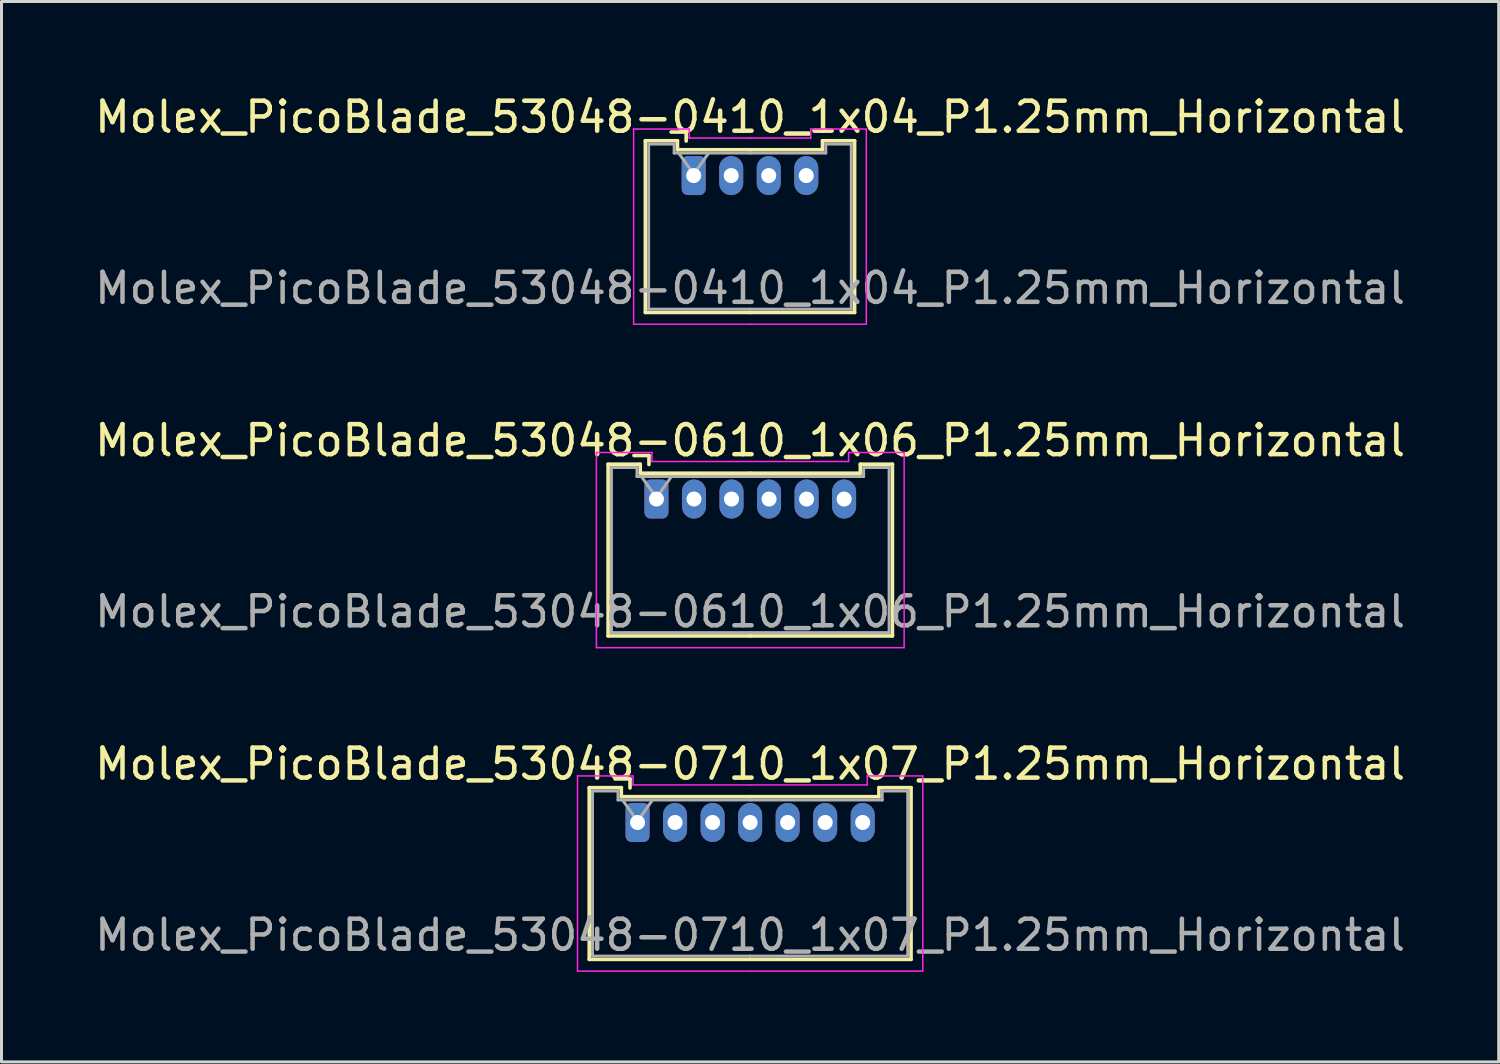
<source format=kicad_pcb>
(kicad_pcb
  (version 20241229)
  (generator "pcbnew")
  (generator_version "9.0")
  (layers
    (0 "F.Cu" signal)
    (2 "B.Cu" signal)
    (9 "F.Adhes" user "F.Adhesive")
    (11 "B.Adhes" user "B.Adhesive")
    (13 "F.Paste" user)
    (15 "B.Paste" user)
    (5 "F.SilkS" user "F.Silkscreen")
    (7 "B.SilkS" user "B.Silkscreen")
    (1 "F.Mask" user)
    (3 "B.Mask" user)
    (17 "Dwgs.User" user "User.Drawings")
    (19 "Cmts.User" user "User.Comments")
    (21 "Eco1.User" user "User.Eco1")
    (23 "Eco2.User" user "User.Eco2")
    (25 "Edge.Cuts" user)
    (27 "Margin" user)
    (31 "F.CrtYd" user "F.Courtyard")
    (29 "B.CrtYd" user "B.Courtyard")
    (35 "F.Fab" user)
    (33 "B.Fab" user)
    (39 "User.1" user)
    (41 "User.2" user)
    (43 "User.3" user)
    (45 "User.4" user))
  (footprint "Molex_PicoBlade_53048-0610_1x06_P1.25mm_Horizontal"
    (layer "F.Cu")
    (at 18.815 13.572)
    (property "Reference" "Molex_PicoBlade_53048-0610_1x06_P1.25mm_Horizontal" (at 3.12 -1.95 0) (layer "F.SilkS") (effects (font (size 1 1) (thickness 0.15))))
    (attr through_hole)
    (fp_line (start -1.61 -1.16) (end -1.61 4.56) (stroke (width 0.12) (type solid)) (layer "F.SilkS"))
    (fp_line (start -1.61 4.56) (end 3.125 4.56) (stroke (width 0.12) (type solid)) (layer "F.SilkS"))
    (fp_line (start -0.54 -1.16) (end -1.61 -1.16) (stroke (width 0.12) (type solid)) (layer "F.SilkS"))
    (fp_line (start -0.54 -0.86) (end -0.54 -1.16) (stroke (width 0.12) (type solid)) (layer "F.SilkS"))
    (fp_line (start -0.25 -1.45) (end -0.75 -1.45) (stroke (width 0.12) (type solid)) (layer "F.SilkS"))
    (fp_line (start -0.25 -1.15) (end -0.25 -1.45) (stroke (width 0.12) (type solid)) (layer "F.SilkS"))
    (fp_line (start 3.125 -0.86) (end -0.54 -0.86) (stroke (width 0.12) (type solid)) (layer "F.SilkS"))
    (fp_line (start 3.125 -0.86) (end 6.79 -0.86) (stroke (width 0.12) (type solid)) (layer "F.SilkS"))
    (fp_line (start 6.79 -1.16) (end 7.86 -1.16) (stroke (width 0.12) (type solid)) (layer "F.SilkS"))
    (fp_line (start 6.79 -0.86) (end 6.79 -1.16) (stroke (width 0.12) (type solid)) (layer "F.SilkS"))
    (fp_line (start 7.86 -1.16) (end 7.86 4.56) (stroke (width 0.12) (type solid)) (layer "F.SilkS"))
    (fp_line (start 7.86 4.56) (end 3.125 4.56) (stroke (width 0.12) (type solid)) (layer "F.SilkS"))
    (fp_line (start -2 -1.55) (end -2 4.95) (stroke (width 0.05) (type solid)) (layer "F.CrtYd"))
    (fp_line (start -2 4.95) (end 3.12 4.95) (stroke (width 0.05) (type solid)) (layer "F.CrtYd"))
    (fp_line (start -0.15 -1.55) (end -2 -1.55) (stroke (width 0.05) (type solid)) (layer "F.CrtYd"))
    (fp_line (start -0.15 -1.25) (end -0.15 -1.55) (stroke (width 0.05) (type solid)) (layer "F.CrtYd"))
    (fp_line (start 3.12 -1.25) (end -0.15 -1.25) (stroke (width 0.05) (type solid)) (layer "F.CrtYd"))
    (fp_line (start 3.13 -1.25) (end 6.4 -1.25) (stroke (width 0.05) (type solid)) (layer "F.CrtYd"))
    (fp_line (start 6.4 -1.55) (end 8.25 -1.55) (stroke (width 0.05) (type solid)) (layer "F.CrtYd"))
    (fp_line (start 6.4 -1.25) (end 6.4 -1.55) (stroke (width 0.05) (type solid)) (layer "F.CrtYd"))
    (fp_line (start 8.25 -1.55) (end 8.25 4.95) (stroke (width 0.05) (type solid)) (layer "F.CrtYd"))
    (fp_line (start 8.25 4.95) (end 3.13 4.95) (stroke (width 0.05) (type solid)) (layer "F.CrtYd"))
    (fp_line (start -1.5 -1.05) (end -1.5 4.45) (stroke (width 0.1) (type solid)) (layer "F.Fab"))
    (fp_line (start -1.5 4.45) (end 3.125 4.45) (stroke (width 0.1) (type solid)) (layer "F.Fab"))
    (fp_line (start -0.65 -1.05) (end -1.5 -1.05) (stroke (width 0.1) (type solid)) (layer "F.Fab"))
    (fp_line (start -0.65 -0.75) (end -0.65 -1.05) (stroke (width 0.1) (type solid)) (layer "F.Fab"))
    (fp_line (start -0.5 -0.75) (end 0 -0.043) (stroke (width 0.1) (type solid)) (layer "F.Fab"))
    (fp_line (start 0 -0.043) (end 0.5 -0.75) (stroke (width 0.1) (type solid)) (layer "F.Fab"))
    (fp_line (start 3.125 -0.75) (end -0.65 -0.75) (stroke (width 0.1) (type solid)) (layer "F.Fab"))
    (fp_line (start 3.125 -0.75) (end 6.9 -0.75) (stroke (width 0.1) (type solid)) (layer "F.Fab"))
    (fp_line (start 6.9 -1.05) (end 7.75 -1.05) (stroke (width 0.1) (type solid)) (layer "F.Fab"))
    (fp_line (start 6.9 -0.75) (end 6.9 -1.05) (stroke (width 0.1) (type solid)) (layer "F.Fab"))
    (fp_line (start 7.75 -1.05) (end 7.75 4.45) (stroke (width 0.1) (type solid)) (layer "F.Fab"))
    (fp_line (start 7.75 4.45) (end 3.125 4.45) (stroke (width 0.1) (type solid)) (layer "F.Fab"))
    (fp_text user "${REFERENCE}" (at 3.12 3.75 0) (layer "F.Fab") (effects (font (size 1 1) (thickness 0.15))))
    (pad "1" thru_hole roundrect (at 0 0) (size 0.8 1.3) (drill 0.5) (layers "*.Cu" "*.Mask") (roundrect_rratio 0.25))
    (pad "2" thru_hole oval (at 1.25 0) (size 0.8 1.3) (drill 0.5) (layers "*.Cu" "*.Mask"))
    (pad "3" thru_hole oval (at 2.5 0) (size 0.8 1.3) (drill 0.5) (layers "*.Cu" "*.Mask"))
    (pad "4" thru_hole oval (at 3.75 0) (size 0.8 1.3) (drill 0.5) (layers "*.Cu" "*.Mask"))
    (pad "5" thru_hole oval (at 5 0) (size 0.8 1.3) (drill 0.5) (layers "*.Cu" "*.Mask"))
    (pad "6" thru_hole oval (at 6.25 0) (size 0.8 1.3) (drill 0.5) (layers "*.Cu" "*.Mask")))
  (footprint "Molex_PicoBlade_53048-0410_1x04_P1.25mm_Horizontal"
    (layer "F.Cu")
    (at 20.055 2.798)
    (property "Reference" "Molex_PicoBlade_53048-0410_1x04_P1.25mm_Horizontal" (at 1.88 -1.95 0) (layer "F.SilkS") (effects (font (size 1 1) (thickness 0.15))))
    (attr through_hole)
    (fp_line (start -1.61 -1.16) (end -1.61 4.56) (stroke (width 0.12) (type solid)) (layer "F.SilkS"))
    (fp_line (start -1.61 4.56) (end 1.875 4.56) (stroke (width 0.12) (type solid)) (layer "F.SilkS"))
    (fp_line (start -0.54 -1.16) (end -1.61 -1.16) (stroke (width 0.12) (type solid)) (layer "F.SilkS"))
    (fp_line (start -0.54 -0.86) (end -0.54 -1.16) (stroke (width 0.12) (type solid)) (layer "F.SilkS"))
    (fp_line (start -0.25 -1.45) (end -0.75 -1.45) (stroke (width 0.12) (type solid)) (layer "F.SilkS"))
    (fp_line (start -0.25 -1.15) (end -0.25 -1.45) (stroke (width 0.12) (type solid)) (layer "F.SilkS"))
    (fp_line (start 1.875 -0.86) (end -0.54 -0.86) (stroke (width 0.12) (type solid)) (layer "F.SilkS"))
    (fp_line (start 1.875 -0.86) (end 4.29 -0.86) (stroke (width 0.12) (type solid)) (layer "F.SilkS"))
    (fp_line (start 4.29 -1.16) (end 5.36 -1.16) (stroke (width 0.12) (type solid)) (layer "F.SilkS"))
    (fp_line (start 4.29 -0.86) (end 4.29 -1.16) (stroke (width 0.12) (type solid)) (layer "F.SilkS"))
    (fp_line (start 5.36 -1.16) (end 5.36 4.56) (stroke (width 0.12) (type solid)) (layer "F.SilkS"))
    (fp_line (start 5.36 4.56) (end 1.875 4.56) (stroke (width 0.12) (type solid)) (layer "F.SilkS"))
    (fp_line (start -2 -1.55) (end -2 4.95) (stroke (width 0.05) (type solid)) (layer "F.CrtYd"))
    (fp_line (start -2 4.95) (end 1.88 4.95) (stroke (width 0.05) (type solid)) (layer "F.CrtYd"))
    (fp_line (start -0.15 -1.55) (end -2 -1.55) (stroke (width 0.05) (type solid)) (layer "F.CrtYd"))
    (fp_line (start -0.15 -1.25) (end -0.15 -1.55) (stroke (width 0.05) (type solid)) (layer "F.CrtYd"))
    (fp_line (start 1.87 -1.25) (end 3.9 -1.25) (stroke (width 0.05) (type solid)) (layer "F.CrtYd"))
    (fp_line (start 1.88 -1.25) (end -0.15 -1.25) (stroke (width 0.05) (type solid)) (layer "F.CrtYd"))
    (fp_line (start 3.9 -1.55) (end 5.75 -1.55) (stroke (width 0.05) (type solid)) (layer "F.CrtYd"))
    (fp_line (start 3.9 -1.25) (end 3.9 -1.55) (stroke (width 0.05) (type solid)) (layer "F.CrtYd"))
    (fp_line (start 5.75 -1.55) (end 5.75 4.95) (stroke (width 0.05) (type solid)) (layer "F.CrtYd"))
    (fp_line (start 5.75 4.95) (end 1.87 4.95) (stroke (width 0.05) (type solid)) (layer "F.CrtYd"))
    (fp_line (start -1.5 -1.05) (end -1.5 4.45) (stroke (width 0.1) (type solid)) (layer "F.Fab"))
    (fp_line (start -1.5 4.45) (end 1.875 4.45) (stroke (width 0.1) (type solid)) (layer "F.Fab"))
    (fp_line (start -0.65 -1.05) (end -1.5 -1.05) (stroke (width 0.1) (type solid)) (layer "F.Fab"))
    (fp_line (start -0.65 -0.75) (end -0.65 -1.05) (stroke (width 0.1) (type solid)) (layer "F.Fab"))
    (fp_line (start -0.5 -0.75) (end 0 -0.043) (stroke (width 0.1) (type solid)) (layer "F.Fab"))
    (fp_line (start 0 -0.043) (end 0.5 -0.75) (stroke (width 0.1) (type solid)) (layer "F.Fab"))
    (fp_line (start 1.875 -0.75) (end -0.65 -0.75) (stroke (width 0.1) (type solid)) (layer "F.Fab"))
    (fp_line (start 1.875 -0.75) (end 4.4 -0.75) (stroke (width 0.1) (type solid)) (layer "F.Fab"))
    (fp_line (start 4.4 -1.05) (end 5.25 -1.05) (stroke (width 0.1) (type solid)) (layer "F.Fab"))
    (fp_line (start 4.4 -0.75) (end 4.4 -1.05) (stroke (width 0.1) (type solid)) (layer "F.Fab"))
    (fp_line (start 5.25 -1.05) (end 5.25 4.45) (stroke (width 0.1) (type solid)) (layer "F.Fab"))
    (fp_line (start 5.25 4.45) (end 1.875 4.45) (stroke (width 0.1) (type solid)) (layer "F.Fab"))
    (fp_text user "${REFERENCE}" (at 1.88 3.75 0) (layer "F.Fab") (effects (font (size 1 1) (thickness 0.15))))
    (pad "1" thru_hole roundrect (at 0 0) (size 0.8 1.3) (drill 0.5) (layers "*.Cu" "*.Mask") (roundrect_rratio 0.25))
    (pad "2" thru_hole oval (at 1.25 0) (size 0.8 1.3) (drill 0.5) (layers "*.Cu" "*.Mask"))
    (pad "3" thru_hole oval (at 2.5 0) (size 0.8 1.3) (drill 0.5) (layers "*.Cu" "*.Mask"))
    (pad "4" thru_hole oval (at 3.75 0) (size 0.8 1.3) (drill 0.5) (layers "*.Cu" "*.Mask")))
  (footprint "Molex_PicoBlade_53048-0710_1x07_P1.25mm_Horizontal"
    (layer "F.Cu")
    (at 18.185 24.345)
    (property "Reference" "Molex_PicoBlade_53048-0710_1x07_P1.25mm_Horizontal" (at 3.75 -1.95 0) (layer "F.SilkS") (effects (font (size 1 1) (thickness 0.15))))
    (attr through_hole)
    (fp_line (start -1.61 -1.16) (end -1.61 4.56) (stroke (width 0.12) (type solid)) (layer "F.SilkS"))
    (fp_line (start -1.61 4.56) (end 3.75 4.56) (stroke (width 0.12) (type solid)) (layer "F.SilkS"))
    (fp_line (start -0.54 -1.16) (end -1.61 -1.16) (stroke (width 0.12) (type solid)) (layer "F.SilkS"))
    (fp_line (start -0.54 -0.86) (end -0.54 -1.16) (stroke (width 0.12) (type solid)) (layer "F.SilkS"))
    (fp_line (start -0.25 -1.45) (end -0.75 -1.45) (stroke (width 0.12) (type solid)) (layer "F.SilkS"))
    (fp_line (start -0.25 -1.15) (end -0.25 -1.45) (stroke (width 0.12) (type solid)) (layer "F.SilkS"))
    (fp_line (start 3.75 -0.86) (end -0.54 -0.86) (stroke (width 0.12) (type solid)) (layer "F.SilkS"))
    (fp_line (start 3.75 -0.86) (end 8.04 -0.86) (stroke (width 0.12) (type solid)) (layer "F.SilkS"))
    (fp_line (start 8.04 -1.16) (end 9.11 -1.16) (stroke (width 0.12) (type solid)) (layer "F.SilkS"))
    (fp_line (start 8.04 -0.86) (end 8.04 -1.16) (stroke (width 0.12) (type solid)) (layer "F.SilkS"))
    (fp_line (start 9.11 -1.16) (end 9.11 4.56) (stroke (width 0.12) (type solid)) (layer "F.SilkS"))
    (fp_line (start 9.11 4.56) (end 3.75 4.56) (stroke (width 0.12) (type solid)) (layer "F.SilkS"))
    (fp_line (start -2 -1.55) (end -2 4.95) (stroke (width 0.05) (type solid)) (layer "F.CrtYd"))
    (fp_line (start -2 4.95) (end 3.75 4.95) (stroke (width 0.05) (type solid)) (layer "F.CrtYd"))
    (fp_line (start -0.15 -1.55) (end -2 -1.55) (stroke (width 0.05) (type solid)) (layer "F.CrtYd"))
    (fp_line (start -0.15 -1.25) (end -0.15 -1.55) (stroke (width 0.05) (type solid)) (layer "F.CrtYd"))
    (fp_line (start 3.75 -1.25) (end -0.15 -1.25) (stroke (width 0.05) (type solid)) (layer "F.CrtYd"))
    (fp_line (start 3.75 -1.25) (end 7.65 -1.25) (stroke (width 0.05) (type solid)) (layer "F.CrtYd"))
    (fp_line (start 7.65 -1.55) (end 9.5 -1.55) (stroke (width 0.05) (type solid)) (layer "F.CrtYd"))
    (fp_line (start 7.65 -1.25) (end 7.65 -1.55) (stroke (width 0.05) (type solid)) (layer "F.CrtYd"))
    (fp_line (start 9.5 -1.55) (end 9.5 4.95) (stroke (width 0.05) (type solid)) (layer "F.CrtYd"))
    (fp_line (start 9.5 4.95) (end 3.75 4.95) (stroke (width 0.05) (type solid)) (layer "F.CrtYd"))
    (fp_line (start -1.5 -1.05) (end -1.5 4.45) (stroke (width 0.1) (type solid)) (layer "F.Fab"))
    (fp_line (start -1.5 4.45) (end 3.75 4.45) (stroke (width 0.1) (type solid)) (layer "F.Fab"))
    (fp_line (start -0.65 -1.05) (end -1.5 -1.05) (stroke (width 0.1) (type solid)) (layer "F.Fab"))
    (fp_line (start -0.65 -0.75) (end -0.65 -1.05) (stroke (width 0.1) (type solid)) (layer "F.Fab"))
    (fp_line (start -0.5 -0.75) (end 0 -0.043) (stroke (width 0.1) (type solid)) (layer "F.Fab"))
    (fp_line (start 0 -0.043) (end 0.5 -0.75) (stroke (width 0.1) (type solid)) (layer "F.Fab"))
    (fp_line (start 3.75 -0.75) (end -0.65 -0.75) (stroke (width 0.1) (type solid)) (layer "F.Fab"))
    (fp_line (start 3.75 -0.75) (end 8.15 -0.75) (stroke (width 0.1) (type solid)) (layer "F.Fab"))
    (fp_line (start 8.15 -1.05) (end 9 -1.05) (stroke (width 0.1) (type solid)) (layer "F.Fab"))
    (fp_line (start 8.15 -0.75) (end 8.15 -1.05) (stroke (width 0.1) (type solid)) (layer "F.Fab"))
    (fp_line (start 9 -1.05) (end 9 4.45) (stroke (width 0.1) (type solid)) (layer "F.Fab"))
    (fp_line (start 9 4.45) (end 3.75 4.45) (stroke (width 0.1) (type solid)) (layer "F.Fab"))
    (fp_text user "${REFERENCE}" (at 3.75 3.75 0) (layer "F.Fab") (effects (font (size 1 1) (thickness 0.15))))
    (pad "1" thru_hole roundrect (at 0 0) (size 0.8 1.3) (drill 0.5) (layers "*.Cu" "*.Mask") (roundrect_rratio 0.25))
    (pad "2" thru_hole oval (at 1.25 0) (size 0.8 1.3) (drill 0.5) (layers "*.Cu" "*.Mask"))
    (pad "3" thru_hole oval (at 2.5 0) (size 0.8 1.3) (drill 0.5) (layers "*.Cu" "*.Mask"))
    (pad "4" thru_hole oval (at 3.75 0) (size 0.8 1.3) (drill 0.5) (layers "*.Cu" "*.Mask"))
    (pad "5" thru_hole oval (at 5 0) (size 0.8 1.3) (drill 0.5) (layers "*.Cu" "*.Mask"))
    (pad "6" thru_hole oval (at 6.25 0) (size 0.8 1.3) (drill 0.5) (layers "*.Cu" "*.Mask"))
    (pad "7" thru_hole oval (at 7.5 0) (size 0.8 1.3) (drill 0.5) (layers "*.Cu" "*.Mask")))
  (gr_rect
    (start -3 -3)
    (end 46.869 32.32)
    (stroke (width 0.1) (type default))
    (fill no)
    (layer "Edge.Cuts")))
</source>
